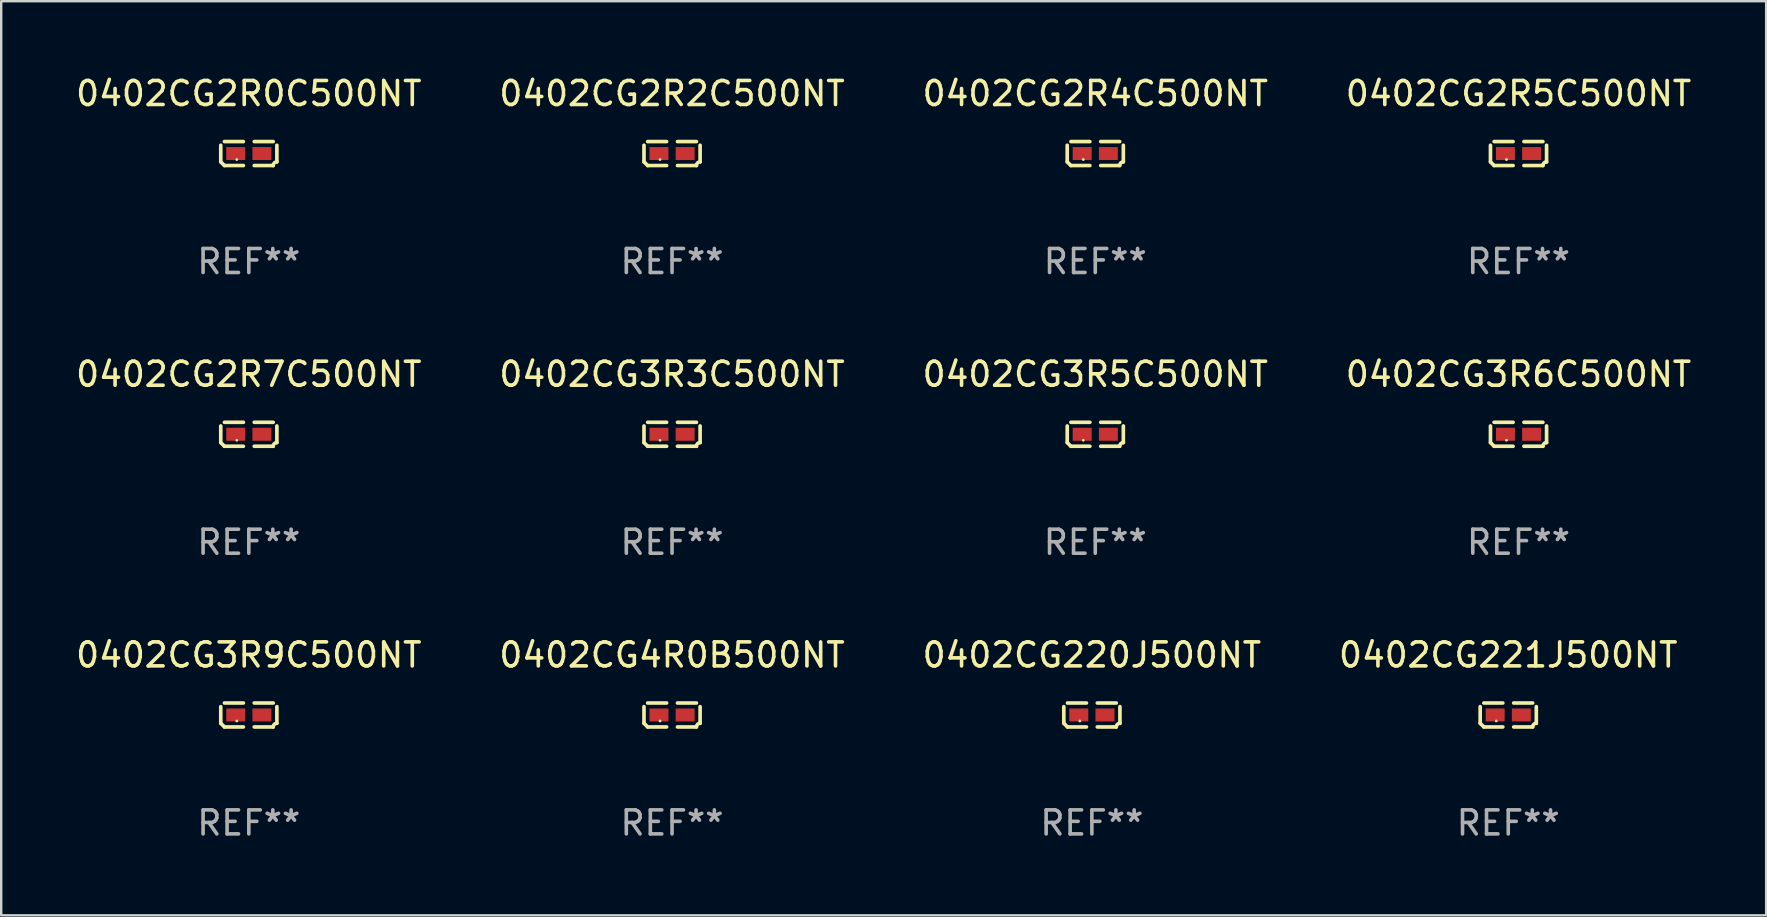
<source format=kicad_pcb>
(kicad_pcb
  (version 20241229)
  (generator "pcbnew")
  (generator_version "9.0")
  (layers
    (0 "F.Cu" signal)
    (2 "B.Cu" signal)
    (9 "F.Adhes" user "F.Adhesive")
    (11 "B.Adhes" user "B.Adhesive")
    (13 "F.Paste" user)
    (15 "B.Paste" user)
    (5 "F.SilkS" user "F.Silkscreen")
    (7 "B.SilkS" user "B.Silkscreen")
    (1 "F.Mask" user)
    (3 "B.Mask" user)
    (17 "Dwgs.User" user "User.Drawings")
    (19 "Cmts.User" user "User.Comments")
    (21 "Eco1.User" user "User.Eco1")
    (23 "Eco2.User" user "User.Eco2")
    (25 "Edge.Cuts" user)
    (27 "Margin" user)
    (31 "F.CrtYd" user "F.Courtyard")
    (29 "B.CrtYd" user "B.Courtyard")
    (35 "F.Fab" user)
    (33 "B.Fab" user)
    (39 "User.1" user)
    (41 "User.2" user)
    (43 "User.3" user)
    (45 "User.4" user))
  (footprint "0402CG3R5C500NT"
    (layer "F.Cu")
    (at 42.577 15.041)
    (property "Reference" "0402CG3R5C500NT" (at 0 -2.499 0) (layer "F.SilkS") (effects (font (size 1 1) (thickness 0.15))))
    (attr through_hole)
    (fp_line (start -1.169 0.346) (end -1.169 -0.346) (stroke (width 0.152) (type solid)) (layer "F.SilkS"))
    (fp_line (start -1.016 -0.499) (end -0.226 -0.499) (stroke (width 0.152) (type solid)) (layer "F.SilkS"))
    (fp_line (start -0.226 0.499) (end -1.016 0.499) (stroke (width 0.152) (type solid)) (layer "F.SilkS"))
    (fp_line (start 0.226 0.499) (end 1.016 0.499) (stroke (width 0.152) (type solid)) (layer "F.SilkS"))
    (fp_line (start 1.016 -0.499) (end 0.226 -0.499) (stroke (width 0.152) (type solid)) (layer "F.SilkS"))
    (fp_line (start 1.169 0.346) (end 1.169 -0.346) (stroke (width 0.152) (type solid)) (layer "F.SilkS"))
    (fp_arc (start -1.016307 0.498603) (mid -1.092512 0.422405) (end -1.16871 0.3462) (stroke (width 0.1524) (type solid)) (layer "F.SilkS"))
    (fp_arc (start 1.016307 0.498603) (mid 1.060899 0.390758) (end 1.168707 0.346076) (stroke (width 0.1524) (type solid)) (layer "F.SilkS"))
    (fp_circle (center -0.5 0.25) (end -0.47 0.25) (stroke (width 0.06) (type solid)) (fill no) (layer "F.SilkS"))
    (fp_text user "REF**" (at 0 4.499 0) (layer "F.Fab") (effects (font (size 1 1) (thickness 0.15))))
    (pad "1" smd rect (at -0.545 0) (size 0.79 0.54) (layers "F.Cu" "F.Mask" "F.Paste"))
    (pad "2" smd rect (at 0.545 0) (size 0.79 0.54) (layers "F.Cu" "F.Mask" "F.Paste")))
  (footprint "0402CG2R2C500NT"
    (layer "F.Cu")
    (at 24.946 3.347)
    (property "Reference" "0402CG2R2C500NT" (at 0 -2.499 0) (layer "F.SilkS") (effects (font (size 1 1) (thickness 0.15))))
    (attr through_hole)
    (fp_line (start -1.169 0.346) (end -1.169 -0.346) (stroke (width 0.152) (type solid)) (layer "F.SilkS"))
    (fp_line (start -1.016 -0.499) (end -0.226 -0.499) (stroke (width 0.152) (type solid)) (layer "F.SilkS"))
    (fp_line (start -0.226 0.499) (end -1.016 0.499) (stroke (width 0.152) (type solid)) (layer "F.SilkS"))
    (fp_line (start 0.226 0.499) (end 1.016 0.499) (stroke (width 0.152) (type solid)) (layer "F.SilkS"))
    (fp_line (start 1.016 -0.499) (end 0.226 -0.499) (stroke (width 0.152) (type solid)) (layer "F.SilkS"))
    (fp_line (start 1.169 0.346) (end 1.169 -0.346) (stroke (width 0.152) (type solid)) (layer "F.SilkS"))
    (fp_arc (start -1.016307 0.498603) (mid -1.092512 0.422405) (end -1.16871 0.3462) (stroke (width 0.1524) (type solid)) (layer "F.SilkS"))
    (fp_arc (start 1.016307 0.498603) (mid 1.060899 0.390758) (end 1.168707 0.346076) (stroke (width 0.1524) (type solid)) (layer "F.SilkS"))
    (fp_circle (center -0.5 0.25) (end -0.47 0.25) (stroke (width 0.06) (type solid)) (fill no) (layer "F.SilkS"))
    (fp_text user "REF**" (at 0 4.499 0) (layer "F.Fab") (effects (font (size 1 1) (thickness 0.15))))
    (pad "1" smd rect (at -0.545 0) (size 0.79 0.54) (layers "F.Cu" "F.Mask" "F.Paste"))
    (pad "2" smd rect (at 0.545 0) (size 0.79 0.54) (layers "F.Cu" "F.Mask" "F.Paste")))
  (footprint "0402CG3R3C500NT"
    (layer "F.Cu")
    (at 24.946 15.041)
    (property "Reference" "0402CG3R3C500NT" (at 0 -2.499 0) (layer "F.SilkS") (effects (font (size 1 1) (thickness 0.15))))
    (attr through_hole)
    (fp_line (start -1.169 0.346) (end -1.169 -0.346) (stroke (width 0.152) (type solid)) (layer "F.SilkS"))
    (fp_line (start -1.016 -0.499) (end -0.226 -0.499) (stroke (width 0.152) (type solid)) (layer "F.SilkS"))
    (fp_line (start -0.226 0.499) (end -1.016 0.499) (stroke (width 0.152) (type solid)) (layer "F.SilkS"))
    (fp_line (start 0.226 0.499) (end 1.016 0.499) (stroke (width 0.152) (type solid)) (layer "F.SilkS"))
    (fp_line (start 1.016 -0.499) (end 0.226 -0.499) (stroke (width 0.152) (type solid)) (layer "F.SilkS"))
    (fp_line (start 1.169 0.346) (end 1.169 -0.346) (stroke (width 0.152) (type solid)) (layer "F.SilkS"))
    (fp_arc (start -1.016307 0.498603) (mid -1.092512 0.422405) (end -1.16871 0.3462) (stroke (width 0.1524) (type solid)) (layer "F.SilkS"))
    (fp_arc (start 1.016307 0.498603) (mid 1.060899 0.390758) (end 1.168707 0.346076) (stroke (width 0.1524) (type solid)) (layer "F.SilkS"))
    (fp_circle (center -0.5 0.25) (end -0.47 0.25) (stroke (width 0.06) (type solid)) (fill no) (layer "F.SilkS"))
    (fp_text user "REF**" (at 0 4.499 0) (layer "F.Fab") (effects (font (size 1 1) (thickness 0.15))))
    (pad "1" smd rect (at -0.545 0) (size 0.79 0.54) (layers "F.Cu" "F.Mask" "F.Paste"))
    (pad "2" smd rect (at 0.545 0) (size 0.79 0.54) (layers "F.Cu" "F.Mask" "F.Paste")))
  (footprint "0402CG4R0B500NT"
    (layer "F.Cu")
    (at 24.946 26.734)
    (property "Reference" "0402CG4R0B500NT" (at 0 -2.499 0) (layer "F.SilkS") (effects (font (size 1 1) (thickness 0.15))))
    (attr through_hole)
    (fp_line (start -1.169 0.346) (end -1.169 -0.346) (stroke (width 0.152) (type solid)) (layer "F.SilkS"))
    (fp_line (start -1.016 -0.499) (end -0.226 -0.499) (stroke (width 0.152) (type solid)) (layer "F.SilkS"))
    (fp_line (start -0.226 0.499) (end -1.016 0.499) (stroke (width 0.152) (type solid)) (layer "F.SilkS"))
    (fp_line (start 0.226 0.499) (end 1.016 0.499) (stroke (width 0.152) (type solid)) (layer "F.SilkS"))
    (fp_line (start 1.016 -0.499) (end 0.226 -0.499) (stroke (width 0.152) (type solid)) (layer "F.SilkS"))
    (fp_line (start 1.169 0.346) (end 1.169 -0.346) (stroke (width 0.152) (type solid)) (layer "F.SilkS"))
    (fp_arc (start -1.016307 0.498603) (mid -1.092512 0.422405) (end -1.16871 0.3462) (stroke (width 0.1524) (type solid)) (layer "F.SilkS"))
    (fp_arc (start 1.016307 0.498603) (mid 1.060899 0.390758) (end 1.168707 0.346076) (stroke (width 0.1524) (type solid)) (layer "F.SilkS"))
    (fp_circle (center -0.5 0.25) (end -0.47 0.25) (stroke (width 0.06) (type solid)) (fill no) (layer "F.SilkS"))
    (fp_text user "REF**" (at 0 4.499 0) (layer "F.Fab") (effects (font (size 1 1) (thickness 0.15))))
    (pad "1" smd rect (at -0.545 0) (size 0.79 0.54) (layers "F.Cu" "F.Mask" "F.Paste"))
    (pad "2" smd rect (at 0.545 0) (size 0.79 0.54) (layers "F.Cu" "F.Mask" "F.Paste")))
  (footprint "0402CG2R4C500NT"
    (layer "F.Cu")
    (at 42.577 3.347)
    (property "Reference" "0402CG2R4C500NT" (at 0 -2.499 0) (layer "F.SilkS") (effects (font (size 1 1) (thickness 0.15))))
    (attr through_hole)
    (fp_line (start -1.169 0.346) (end -1.169 -0.346) (stroke (width 0.152) (type solid)) (layer "F.SilkS"))
    (fp_line (start -1.016 -0.499) (end -0.226 -0.499) (stroke (width 0.152) (type solid)) (layer "F.SilkS"))
    (fp_line (start -0.226 0.499) (end -1.016 0.499) (stroke (width 0.152) (type solid)) (layer "F.SilkS"))
    (fp_line (start 0.226 0.499) (end 1.016 0.499) (stroke (width 0.152) (type solid)) (layer "F.SilkS"))
    (fp_line (start 1.016 -0.499) (end 0.226 -0.499) (stroke (width 0.152) (type solid)) (layer "F.SilkS"))
    (fp_line (start 1.169 0.346) (end 1.169 -0.346) (stroke (width 0.152) (type solid)) (layer "F.SilkS"))
    (fp_arc (start -1.016307 0.498603) (mid -1.092512 0.422405) (end -1.16871 0.3462) (stroke (width 0.1524) (type solid)) (layer "F.SilkS"))
    (fp_arc (start 1.016307 0.498603) (mid 1.060899 0.390758) (end 1.168707 0.346076) (stroke (width 0.1524) (type solid)) (layer "F.SilkS"))
    (fp_circle (center -0.5 0.25) (end -0.47 0.25) (stroke (width 0.06) (type solid)) (fill no) (layer "F.SilkS"))
    (fp_text user "REF**" (at 0 4.499 0) (layer "F.Fab") (effects (font (size 1 1) (thickness 0.15))))
    (pad "1" smd rect (at -0.545 0) (size 0.79 0.54) (layers "F.Cu" "F.Mask" "F.Paste"))
    (pad "2" smd rect (at 0.545 0) (size 0.79 0.54) (layers "F.Cu" "F.Mask" "F.Paste")))
  (footprint "0402CG2R5C500NT"
    (layer "F.Cu")
    (at 60.208 3.347)
    (property "Reference" "0402CG2R5C500NT" (at 0 -2.499 0) (layer "F.SilkS") (effects (font (size 1 1) (thickness 0.15))))
    (attr through_hole)
    (fp_line (start -1.169 0.346) (end -1.169 -0.346) (stroke (width 0.152) (type solid)) (layer "F.SilkS"))
    (fp_line (start -1.016 -0.499) (end -0.226 -0.499) (stroke (width 0.152) (type solid)) (layer "F.SilkS"))
    (fp_line (start -0.226 0.499) (end -1.016 0.499) (stroke (width 0.152) (type solid)) (layer "F.SilkS"))
    (fp_line (start 0.226 0.499) (end 1.016 0.499) (stroke (width 0.152) (type solid)) (layer "F.SilkS"))
    (fp_line (start 1.016 -0.499) (end 0.226 -0.499) (stroke (width 0.152) (type solid)) (layer "F.SilkS"))
    (fp_line (start 1.169 0.346) (end 1.169 -0.346) (stroke (width 0.152) (type solid)) (layer "F.SilkS"))
    (fp_arc (start -1.016307 0.498603) (mid -1.092512 0.422405) (end -1.16871 0.3462) (stroke (width 0.1524) (type solid)) (layer "F.SilkS"))
    (fp_arc (start 1.016307 0.498603) (mid 1.060899 0.390758) (end 1.168707 0.346076) (stroke (width 0.1524) (type solid)) (layer "F.SilkS"))
    (fp_circle (center -0.5 0.25) (end -0.47 0.25) (stroke (width 0.06) (type solid)) (fill no) (layer "F.SilkS"))
    (fp_text user "REF**" (at 0 4.499 0) (layer "F.Fab") (effects (font (size 1 1) (thickness 0.15))))
    (pad "1" smd rect (at -0.545 0) (size 0.79 0.54) (layers "F.Cu" "F.Mask" "F.Paste"))
    (pad "2" smd rect (at 0.545 0) (size 0.79 0.54) (layers "F.Cu" "F.Mask" "F.Paste")))
  (footprint "0402CG3R9C500NT"
    (layer "F.Cu")
    (at 7.315 26.734)
    (property "Reference" "0402CG3R9C500NT" (at 0 -2.499 0) (layer "F.SilkS") (effects (font (size 1 1) (thickness 0.15))))
    (attr through_hole)
    (fp_line (start -1.169 0.346) (end -1.169 -0.346) (stroke (width 0.152) (type solid)) (layer "F.SilkS"))
    (fp_line (start -1.016 -0.499) (end -0.226 -0.499) (stroke (width 0.152) (type solid)) (layer "F.SilkS"))
    (fp_line (start -0.226 0.499) (end -1.016 0.499) (stroke (width 0.152) (type solid)) (layer "F.SilkS"))
    (fp_line (start 0.226 0.499) (end 1.016 0.499) (stroke (width 0.152) (type solid)) (layer "F.SilkS"))
    (fp_line (start 1.016 -0.499) (end 0.226 -0.499) (stroke (width 0.152) (type solid)) (layer "F.SilkS"))
    (fp_line (start 1.169 0.346) (end 1.169 -0.346) (stroke (width 0.152) (type solid)) (layer "F.SilkS"))
    (fp_arc (start -1.016307 0.498603) (mid -1.092512 0.422405) (end -1.16871 0.3462) (stroke (width 0.1524) (type solid)) (layer "F.SilkS"))
    (fp_arc (start 1.016307 0.498603) (mid 1.060899 0.390758) (end 1.168707 0.346076) (stroke (width 0.1524) (type solid)) (layer "F.SilkS"))
    (fp_circle (center -0.5 0.25) (end -0.47 0.25) (stroke (width 0.06) (type solid)) (fill no) (layer "F.SilkS"))
    (fp_text user "REF**" (at 0 4.499 0) (layer "F.Fab") (effects (font (size 1 1) (thickness 0.15))))
    (pad "1" smd rect (at -0.545 0) (size 0.79 0.54) (layers "F.Cu" "F.Mask" "F.Paste"))
    (pad "2" smd rect (at 0.545 0) (size 0.79 0.54) (layers "F.Cu" "F.Mask" "F.Paste")))
  (footprint "0402CG221J500NT"
    (layer "F.Cu")
    (at 59.78 26.734)
    (property "Reference" "0402CG221J500NT" (at 0 -2.499 0) (layer "F.SilkS") (effects (font (size 1 1) (thickness 0.15))))
    (attr through_hole)
    (fp_line (start -1.169 0.346) (end -1.169 -0.346) (stroke (width 0.152) (type solid)) (layer "F.SilkS"))
    (fp_line (start -1.016 -0.499) (end -0.226 -0.499) (stroke (width 0.152) (type solid)) (layer "F.SilkS"))
    (fp_line (start -0.226 0.499) (end -1.016 0.499) (stroke (width 0.152) (type solid)) (layer "F.SilkS"))
    (fp_line (start 0.226 0.499) (end 1.016 0.499) (stroke (width 0.152) (type solid)) (layer "F.SilkS"))
    (fp_line (start 1.016 -0.499) (end 0.226 -0.499) (stroke (width 0.152) (type solid)) (layer "F.SilkS"))
    (fp_line (start 1.169 0.346) (end 1.169 -0.346) (stroke (width 0.152) (type solid)) (layer "F.SilkS"))
    (fp_arc (start -1.016307 0.498603) (mid -1.092512 0.422405) (end -1.16871 0.3462) (stroke (width 0.1524) (type solid)) (layer "F.SilkS"))
    (fp_arc (start 1.016307 0.498603) (mid 1.060899 0.390758) (end 1.168707 0.346076) (stroke (width 0.1524) (type solid)) (layer "F.SilkS"))
    (fp_circle (center -0.5 0.25) (end -0.47 0.25) (stroke (width 0.06) (type solid)) (fill no) (layer "F.SilkS"))
    (fp_text user "REF**" (at 0 4.499 0) (layer "F.Fab") (effects (font (size 1 1) (thickness 0.15))))
    (pad "1" smd rect (at -0.545 0) (size 0.79 0.54) (layers "F.Cu" "F.Mask" "F.Paste"))
    (pad "2" smd rect (at 0.545 0) (size 0.79 0.54) (layers "F.Cu" "F.Mask" "F.Paste")))
  (footprint "0402CG220J500NT"
    (layer "F.Cu")
    (at 42.435 26.734)
    (property "Reference" "0402CG220J500NT" (at 0 -2.499 0) (layer "F.SilkS") (effects (font (size 1 1) (thickness 0.15))))
    (attr through_hole)
    (fp_line (start -1.169 0.346) (end -1.169 -0.346) (stroke (width 0.152) (type solid)) (layer "F.SilkS"))
    (fp_line (start -1.016 -0.499) (end -0.226 -0.499) (stroke (width 0.152) (type solid)) (layer "F.SilkS"))
    (fp_line (start -0.226 0.499) (end -1.016 0.499) (stroke (width 0.152) (type solid)) (layer "F.SilkS"))
    (fp_line (start 0.226 0.499) (end 1.016 0.499) (stroke (width 0.152) (type solid)) (layer "F.SilkS"))
    (fp_line (start 1.016 -0.499) (end 0.226 -0.499) (stroke (width 0.152) (type solid)) (layer "F.SilkS"))
    (fp_line (start 1.169 0.346) (end 1.169 -0.346) (stroke (width 0.152) (type solid)) (layer "F.SilkS"))
    (fp_arc (start -1.016307 0.498603) (mid -1.092512 0.422405) (end -1.16871 0.3462) (stroke (width 0.1524) (type solid)) (layer "F.SilkS"))
    (fp_arc (start 1.016307 0.498603) (mid 1.060899 0.390758) (end 1.168707 0.346076) (stroke (width 0.1524) (type solid)) (layer "F.SilkS"))
    (fp_circle (center -0.5 0.25) (end -0.47 0.25) (stroke (width 0.06) (type solid)) (fill no) (layer "F.SilkS"))
    (fp_text user "REF**" (at 0 4.499 0) (layer "F.Fab") (effects (font (size 1 1) (thickness 0.15))))
    (pad "1" smd rect (at -0.545 0) (size 0.79 0.54) (layers "F.Cu" "F.Mask" "F.Paste"))
    (pad "2" smd rect (at 0.545 0) (size 0.79 0.54) (layers "F.Cu" "F.Mask" "F.Paste")))
  (footprint "0402CG2R0C500NT"
    (layer "F.Cu")
    (at 7.315 3.347)
    (property "Reference" "0402CG2R0C500NT" (at 0 -2.499 0) (layer "F.SilkS") (effects (font (size 1 1) (thickness 0.15))))
    (attr through_hole)
    (fp_line (start -1.169 0.346) (end -1.169 -0.346) (stroke (width 0.152) (type solid)) (layer "F.SilkS"))
    (fp_line (start -1.016 -0.499) (end -0.226 -0.499) (stroke (width 0.152) (type solid)) (layer "F.SilkS"))
    (fp_line (start -0.226 0.499) (end -1.016 0.499) (stroke (width 0.152) (type solid)) (layer "F.SilkS"))
    (fp_line (start 0.226 0.499) (end 1.016 0.499) (stroke (width 0.152) (type solid)) (layer "F.SilkS"))
    (fp_line (start 1.016 -0.499) (end 0.226 -0.499) (stroke (width 0.152) (type solid)) (layer "F.SilkS"))
    (fp_line (start 1.169 0.346) (end 1.169 -0.346) (stroke (width 0.152) (type solid)) (layer "F.SilkS"))
    (fp_arc (start -1.016307 0.498603) (mid -1.092512 0.422405) (end -1.16871 0.3462) (stroke (width 0.1524) (type solid)) (layer "F.SilkS"))
    (fp_arc (start 1.016307 0.498603) (mid 1.060899 0.390758) (end 1.168707 0.346076) (stroke (width 0.1524) (type solid)) (layer "F.SilkS"))
    (fp_circle (center -0.5 0.25) (end -0.47 0.25) (stroke (width 0.06) (type solid)) (fill no) (layer "F.SilkS"))
    (fp_text user "REF**" (at 0 4.499 0) (layer "F.Fab") (effects (font (size 1 1) (thickness 0.15))))
    (pad "1" smd rect (at -0.545 0) (size 0.79 0.54) (layers "F.Cu" "F.Mask" "F.Paste"))
    (pad "2" smd rect (at 0.545 0) (size 0.79 0.54) (layers "F.Cu" "F.Mask" "F.Paste")))
  (footprint "0402CG3R6C500NT"
    (layer "F.Cu")
    (at 60.208 15.041)
    (property "Reference" "0402CG3R6C500NT" (at 0 -2.499 0) (layer "F.SilkS") (effects (font (size 1 1) (thickness 0.15))))
    (attr through_hole)
    (fp_line (start -1.169 0.346) (end -1.169 -0.346) (stroke (width 0.152) (type solid)) (layer "F.SilkS"))
    (fp_line (start -1.016 -0.499) (end -0.226 -0.499) (stroke (width 0.152) (type solid)) (layer "F.SilkS"))
    (fp_line (start -0.226 0.499) (end -1.016 0.499) (stroke (width 0.152) (type solid)) (layer "F.SilkS"))
    (fp_line (start 0.226 0.499) (end 1.016 0.499) (stroke (width 0.152) (type solid)) (layer "F.SilkS"))
    (fp_line (start 1.016 -0.499) (end 0.226 -0.499) (stroke (width 0.152) (type solid)) (layer "F.SilkS"))
    (fp_line (start 1.169 0.346) (end 1.169 -0.346) (stroke (width 0.152) (type solid)) (layer "F.SilkS"))
    (fp_arc (start -1.016307 0.498603) (mid -1.092512 0.422405) (end -1.16871 0.3462) (stroke (width 0.1524) (type solid)) (layer "F.SilkS"))
    (fp_arc (start 1.016307 0.498603) (mid 1.060899 0.390758) (end 1.168707 0.346076) (stroke (width 0.1524) (type solid)) (layer "F.SilkS"))
    (fp_circle (center -0.5 0.25) (end -0.47 0.25) (stroke (width 0.06) (type solid)) (fill no) (layer "F.SilkS"))
    (fp_text user "REF**" (at 0 4.499 0) (layer "F.Fab") (effects (font (size 1 1) (thickness 0.15))))
    (pad "1" smd rect (at -0.545 0) (size 0.79 0.54) (layers "F.Cu" "F.Mask" "F.Paste"))
    (pad "2" smd rect (at 0.545 0) (size 0.79 0.54) (layers "F.Cu" "F.Mask" "F.Paste")))
  (footprint "0402CG2R7C500NT"
    (layer "F.Cu")
    (at 7.315 15.041)
    (property "Reference" "0402CG2R7C500NT" (at 0 -2.499 0) (layer "F.SilkS") (effects (font (size 1 1) (thickness 0.15))))
    (attr through_hole)
    (fp_line (start -1.169 0.346) (end -1.169 -0.346) (stroke (width 0.152) (type solid)) (layer "F.SilkS"))
    (fp_line (start -1.016 -0.499) (end -0.226 -0.499) (stroke (width 0.152) (type solid)) (layer "F.SilkS"))
    (fp_line (start -0.226 0.499) (end -1.016 0.499) (stroke (width 0.152) (type solid)) (layer "F.SilkS"))
    (fp_line (start 0.226 0.499) (end 1.016 0.499) (stroke (width 0.152) (type solid)) (layer "F.SilkS"))
    (fp_line (start 1.016 -0.499) (end 0.226 -0.499) (stroke (width 0.152) (type solid)) (layer "F.SilkS"))
    (fp_line (start 1.169 0.346) (end 1.169 -0.346) (stroke (width 0.152) (type solid)) (layer "F.SilkS"))
    (fp_arc (start -1.016307 0.498603) (mid -1.092512 0.422405) (end -1.16871 0.3462) (stroke (width 0.1524) (type solid)) (layer "F.SilkS"))
    (fp_arc (start 1.016307 0.498603) (mid 1.060899 0.390758) (end 1.168707 0.346076) (stroke (width 0.1524) (type solid)) (layer "F.SilkS"))
    (fp_circle (center -0.5 0.25) (end -0.47 0.25) (stroke (width 0.06) (type solid)) (fill no) (layer "F.SilkS"))
    (fp_text user "REF**" (at 0 4.499 0) (layer "F.Fab") (effects (font (size 1 1) (thickness 0.15))))
    (pad "1" smd rect (at -0.545 0) (size 0.79 0.54) (layers "F.Cu" "F.Mask" "F.Paste"))
    (pad "2" smd rect (at 0.545 0) (size 0.79 0.54) (layers "F.Cu" "F.Mask" "F.Paste")))
  (gr_rect
    (start -3 -3)
    (end 70.524 35.081)
    (stroke (width 0.1) (type default))
    (fill no)
    (layer "Edge.Cuts")))
</source>
